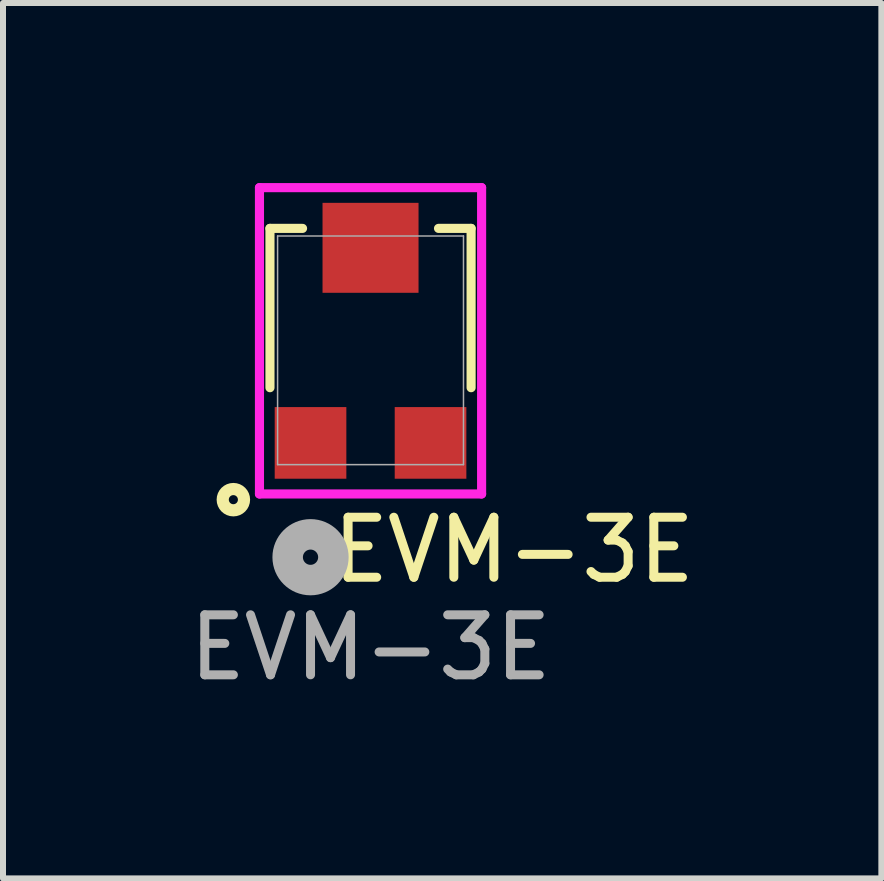
<source format=kicad_pcb>
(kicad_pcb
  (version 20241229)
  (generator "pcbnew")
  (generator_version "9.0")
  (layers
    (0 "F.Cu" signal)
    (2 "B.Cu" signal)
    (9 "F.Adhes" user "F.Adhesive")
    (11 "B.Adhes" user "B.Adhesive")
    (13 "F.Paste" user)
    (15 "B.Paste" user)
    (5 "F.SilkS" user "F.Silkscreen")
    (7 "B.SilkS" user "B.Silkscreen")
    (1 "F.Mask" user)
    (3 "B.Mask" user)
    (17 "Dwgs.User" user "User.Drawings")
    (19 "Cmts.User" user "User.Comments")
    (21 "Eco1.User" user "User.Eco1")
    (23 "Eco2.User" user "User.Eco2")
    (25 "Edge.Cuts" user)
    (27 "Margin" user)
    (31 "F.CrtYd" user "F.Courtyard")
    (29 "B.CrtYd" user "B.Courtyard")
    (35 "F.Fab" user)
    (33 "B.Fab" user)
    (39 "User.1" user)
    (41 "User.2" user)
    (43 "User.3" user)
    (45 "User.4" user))
  (footprint "EVM-3E"
    (layer "F.Cu")
    (at 3.125 2.788)
    (property "Reference" "EVM-3E" (at 2.388 3.327 0) (unlocked yes) (layer "F.SilkS") (effects (font (size 1 1) (thickness 0.15))))
    (attr smd)
    (fp_line (start -1.676 -2.032) (end -1.676 0.623) (stroke (width 0.152) (type solid)) (layer "F.SilkS"))
    (fp_line (start -1.133 -2.032) (end -1.676 -2.032) (stroke (width 0.152) (type solid)) (layer "F.SilkS"))
    (fp_line (start 1.676 -2.032) (end 1.133 -2.032) (stroke (width 0.152) (type solid)) (layer "F.SilkS"))
    (fp_line (start 1.676 0.623) (end 1.676 -2.032) (stroke (width 0.152) (type solid)) (layer "F.SilkS"))
    (fp_circle (center -2.286 2.489) (end -2.21 2.489) (stroke (width 0.203) (type solid)) (fill no) (layer "F.SilkS"))
    (fp_line (start -1.851 -2.711) (end -1.851 2.394) (stroke (width 0.152) (type solid)) (layer "F.CrtYd"))
    (fp_line (start -1.851 2.394) (end 1.851 2.394) (stroke (width 0.152) (type solid)) (layer "F.CrtYd"))
    (fp_line (start 1.851 -2.711) (end -1.851 -2.711) (stroke (width 0.152) (type solid)) (layer "F.CrtYd"))
    (fp_line (start 1.851 2.394) (end 1.851 -2.711) (stroke (width 0.152) (type solid)) (layer "F.CrtYd"))
    (fp_line (start -1.549 -1.905) (end -1.549 1.905) (stroke (width 0.025) (type solid)) (layer "F.Fab"))
    (fp_line (start -1.549 1.905) (end 1.549 1.905) (stroke (width 0.025) (type solid)) (layer "F.Fab"))
    (fp_line (start 1.549 -1.905) (end -1.549 -1.905) (stroke (width 0.025) (type solid)) (layer "F.Fab"))
    (fp_line (start 1.549 1.905) (end 1.549 -1.905) (stroke (width 0.025) (type solid)) (layer "F.Fab"))
    (fp_circle (center -1 3.448) (end -0.619 3.448) (stroke (width 0.508) (type solid)) (fill no) (layer "F.Fab"))
    (fp_text user "${REFERENCE}" (at 0 4.953 0) (unlocked yes) (layer "F.Fab") (effects (font (size 1 1) (thickness 0.15))))
    (pad "1" smd rect (at -1 1.543) (size 1.194 1.194) (layers "F.Cu" "F.Mask" "F.Paste"))
    (pad "2" smd rect (at 0 -1.708) (size 1.6 1.499) (layers "F.Cu" "F.Mask" "F.Paste"))
    (pad "3" smd rect (at 1 1.543) (size 1.194 1.194) (layers "F.Cu" "F.Mask" "F.Paste")))
  (gr_rect
    (start -3 -3)
    (end 11.638 11.589)
    (stroke (width 0.1) (type default))
    (fill no)
    (layer "Edge.Cuts")))
</source>
